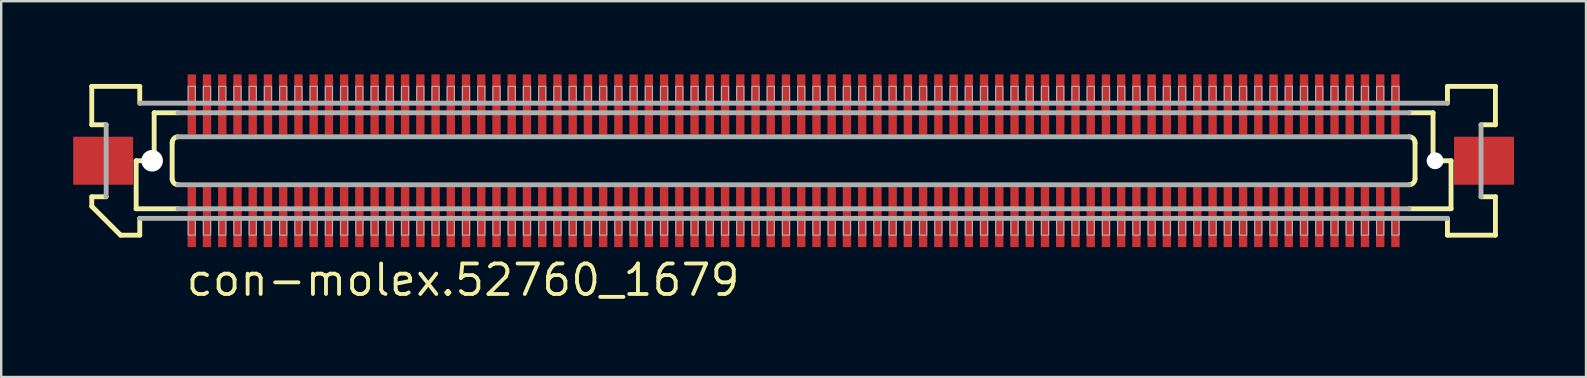
<source format=kicad_pcb>
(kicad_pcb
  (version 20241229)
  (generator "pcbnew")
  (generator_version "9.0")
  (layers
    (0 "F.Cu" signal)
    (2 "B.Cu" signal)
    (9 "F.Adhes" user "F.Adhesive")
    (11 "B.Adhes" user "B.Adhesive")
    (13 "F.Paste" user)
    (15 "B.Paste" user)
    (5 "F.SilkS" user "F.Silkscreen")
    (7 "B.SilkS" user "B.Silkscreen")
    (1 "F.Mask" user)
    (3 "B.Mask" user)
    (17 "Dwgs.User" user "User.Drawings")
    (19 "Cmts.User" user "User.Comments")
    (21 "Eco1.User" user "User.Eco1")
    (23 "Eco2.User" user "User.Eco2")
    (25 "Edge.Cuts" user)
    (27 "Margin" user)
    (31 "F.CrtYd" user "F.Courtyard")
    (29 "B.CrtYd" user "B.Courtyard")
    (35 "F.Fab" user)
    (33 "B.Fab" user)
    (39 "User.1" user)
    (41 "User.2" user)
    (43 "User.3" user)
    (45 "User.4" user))
  (footprint "con-molex.52760_1679"
    (layer "F.Cu")
    (at 30.025 3.65)
    (property "Reference" "con-molex.52760_1679" (at -25.4 5.715 0) (layer "F.SilkS") (effects (font (size 1.27 1.27) (thickness 0.16)) (justify left bottom)))
    (attr smd)
    (fp_rect (start -25.282 -1.075) (end -24.883 -3.625) (stroke (width 0.05) (type default)) (fill yes) (layer "F.Mask"))
    (fp_rect (start -25.282 3.625) (end -24.883 1.075) (stroke (width 0.05) (type default)) (fill yes) (layer "F.Mask"))
    (fp_rect (start -24.648 -1.075) (end -24.247 -3.625) (stroke (width 0.05) (type default)) (fill yes) (layer "F.Mask"))
    (fp_rect (start -24.648 3.625) (end -24.247 1.075) (stroke (width 0.05) (type default)) (fill yes) (layer "F.Mask"))
    (fp_rect (start -24.012 -1.075) (end -23.613 -3.625) (stroke (width 0.05) (type default)) (fill yes) (layer "F.Mask"))
    (fp_rect (start -24.012 3.625) (end -23.613 1.075) (stroke (width 0.05) (type default)) (fill yes) (layer "F.Mask"))
    (fp_rect (start -23.378 -1.075) (end -22.977 -3.625) (stroke (width 0.05) (type default)) (fill yes) (layer "F.Mask"))
    (fp_rect (start -23.378 3.625) (end -22.977 1.075) (stroke (width 0.05) (type default)) (fill yes) (layer "F.Mask"))
    (fp_rect (start -22.742 -1.075) (end -22.343 -3.625) (stroke (width 0.05) (type default)) (fill yes) (layer "F.Mask"))
    (fp_rect (start -22.742 3.625) (end -22.343 1.075) (stroke (width 0.05) (type default)) (fill yes) (layer "F.Mask"))
    (fp_rect (start -22.108 -1.075) (end -21.707 -3.625) (stroke (width 0.05) (type default)) (fill yes) (layer "F.Mask"))
    (fp_rect (start -22.108 3.625) (end -21.707 1.075) (stroke (width 0.05) (type default)) (fill yes) (layer "F.Mask"))
    (fp_rect (start -21.473 -1.075) (end -21.073 -3.625) (stroke (width 0.05) (type default)) (fill yes) (layer "F.Mask"))
    (fp_rect (start -21.473 3.625) (end -21.073 1.075) (stroke (width 0.05) (type default)) (fill yes) (layer "F.Mask"))
    (fp_rect (start -20.837 -1.075) (end -20.438 -3.625) (stroke (width 0.05) (type default)) (fill yes) (layer "F.Mask"))
    (fp_rect (start -20.837 3.625) (end -20.438 1.075) (stroke (width 0.05) (type default)) (fill yes) (layer "F.Mask"))
    (fp_rect (start -20.203 -1.075) (end -19.802 -3.625) (stroke (width 0.05) (type default)) (fill yes) (layer "F.Mask"))
    (fp_rect (start -20.203 3.625) (end -19.802 1.075) (stroke (width 0.05) (type default)) (fill yes) (layer "F.Mask"))
    (fp_rect (start -19.567 -1.075) (end -19.168 -3.625) (stroke (width 0.05) (type default)) (fill yes) (layer "F.Mask"))
    (fp_rect (start -19.567 3.625) (end -19.168 1.075) (stroke (width 0.05) (type default)) (fill yes) (layer "F.Mask"))
    (fp_rect (start -18.933 -1.075) (end -18.532 -3.625) (stroke (width 0.05) (type default)) (fill yes) (layer "F.Mask"))
    (fp_rect (start -18.933 3.625) (end -18.532 1.075) (stroke (width 0.05) (type default)) (fill yes) (layer "F.Mask"))
    (fp_rect (start -18.297 -1.075) (end -17.898 -3.625) (stroke (width 0.05) (type default)) (fill yes) (layer "F.Mask"))
    (fp_rect (start -18.297 3.625) (end -17.898 1.075) (stroke (width 0.05) (type default)) (fill yes) (layer "F.Mask"))
    (fp_rect (start -17.663 -1.075) (end -17.262 -3.625) (stroke (width 0.05) (type default)) (fill yes) (layer "F.Mask"))
    (fp_rect (start -17.663 3.625) (end -17.262 1.075) (stroke (width 0.05) (type default)) (fill yes) (layer "F.Mask"))
    (fp_rect (start -17.027 -1.075) (end -16.628 -3.625) (stroke (width 0.05) (type default)) (fill yes) (layer "F.Mask"))
    (fp_rect (start -17.027 3.625) (end -16.628 1.075) (stroke (width 0.05) (type default)) (fill yes) (layer "F.Mask"))
    (fp_rect (start -16.392 -1.075) (end -15.992 -3.625) (stroke (width 0.05) (type default)) (fill yes) (layer "F.Mask"))
    (fp_rect (start -16.392 3.625) (end -15.992 1.075) (stroke (width 0.05) (type default)) (fill yes) (layer "F.Mask"))
    (fp_rect (start -15.758 -1.075) (end -15.357 -3.625) (stroke (width 0.05) (type default)) (fill yes) (layer "F.Mask"))
    (fp_rect (start -15.758 3.625) (end -15.357 1.075) (stroke (width 0.05) (type default)) (fill yes) (layer "F.Mask"))
    (fp_rect (start -15.123 -1.075) (end -14.723 -3.625) (stroke (width 0.05) (type default)) (fill yes) (layer "F.Mask"))
    (fp_rect (start -15.123 3.625) (end -14.723 1.075) (stroke (width 0.05) (type default)) (fill yes) (layer "F.Mask"))
    (fp_rect (start -14.488 -1.075) (end -14.088 -3.625) (stroke (width 0.05) (type default)) (fill yes) (layer "F.Mask"))
    (fp_rect (start -14.488 3.625) (end -14.088 1.075) (stroke (width 0.05) (type default)) (fill yes) (layer "F.Mask"))
    (fp_rect (start -13.852 -1.075) (end -13.453 -3.625) (stroke (width 0.05) (type default)) (fill yes) (layer "F.Mask"))
    (fp_rect (start -13.852 3.625) (end -13.453 1.075) (stroke (width 0.05) (type default)) (fill yes) (layer "F.Mask"))
    (fp_rect (start -13.217 -1.075) (end -12.818 -3.625) (stroke (width 0.05) (type default)) (fill yes) (layer "F.Mask"))
    (fp_rect (start -13.217 3.625) (end -12.818 1.075) (stroke (width 0.05) (type default)) (fill yes) (layer "F.Mask"))
    (fp_rect (start -12.582 -1.075) (end -12.182 -3.625) (stroke (width 0.05) (type default)) (fill yes) (layer "F.Mask"))
    (fp_rect (start -12.582 3.625) (end -12.182 1.075) (stroke (width 0.05) (type default)) (fill yes) (layer "F.Mask"))
    (fp_rect (start -11.947 -1.075) (end -11.547 -3.625) (stroke (width 0.05) (type default)) (fill yes) (layer "F.Mask"))
    (fp_rect (start -11.947 3.625) (end -11.547 1.075) (stroke (width 0.05) (type default)) (fill yes) (layer "F.Mask"))
    (fp_rect (start -11.312 -1.075) (end -10.912 -3.625) (stroke (width 0.05) (type default)) (fill yes) (layer "F.Mask"))
    (fp_rect (start -11.312 3.625) (end -10.912 1.075) (stroke (width 0.05) (type default)) (fill yes) (layer "F.Mask"))
    (fp_rect (start -10.678 -1.075) (end -10.277 -3.625) (stroke (width 0.05) (type default)) (fill yes) (layer "F.Mask"))
    (fp_rect (start -10.678 3.625) (end -10.277 1.075) (stroke (width 0.05) (type default)) (fill yes) (layer "F.Mask"))
    (fp_rect (start -10.043 -1.075) (end -9.643 -3.625) (stroke (width 0.05) (type default)) (fill yes) (layer "F.Mask"))
    (fp_rect (start -10.043 3.625) (end -9.643 1.075) (stroke (width 0.05) (type default)) (fill yes) (layer "F.Mask"))
    (fp_rect (start -9.408 -1.075) (end -9.008 -3.625) (stroke (width 0.05) (type default)) (fill yes) (layer "F.Mask"))
    (fp_rect (start -9.408 3.625) (end -9.008 1.075) (stroke (width 0.05) (type default)) (fill yes) (layer "F.Mask"))
    (fp_rect (start -8.773 -1.075) (end -8.373 -3.625) (stroke (width 0.05) (type default)) (fill yes) (layer "F.Mask"))
    (fp_rect (start -8.773 3.625) (end -8.373 1.075) (stroke (width 0.05) (type default)) (fill yes) (layer "F.Mask"))
    (fp_rect (start -8.137 -1.075) (end -7.737 -3.625) (stroke (width 0.05) (type default)) (fill yes) (layer "F.Mask"))
    (fp_rect (start -8.137 3.625) (end -7.737 1.075) (stroke (width 0.05) (type default)) (fill yes) (layer "F.Mask"))
    (fp_rect (start -7.503 -1.075) (end -7.103 -3.625) (stroke (width 0.05) (type default)) (fill yes) (layer "F.Mask"))
    (fp_rect (start -7.503 3.625) (end -7.103 1.075) (stroke (width 0.05) (type default)) (fill yes) (layer "F.Mask"))
    (fp_rect (start -6.867 -1.075) (end -6.468 -3.625) (stroke (width 0.05) (type default)) (fill yes) (layer "F.Mask"))
    (fp_rect (start -6.867 3.625) (end -6.468 1.075) (stroke (width 0.05) (type default)) (fill yes) (layer "F.Mask"))
    (fp_rect (start -6.232 -1.075) (end -5.832 -3.625) (stroke (width 0.05) (type default)) (fill yes) (layer "F.Mask"))
    (fp_rect (start -6.232 3.625) (end -5.832 1.075) (stroke (width 0.05) (type default)) (fill yes) (layer "F.Mask"))
    (fp_rect (start -5.598 -1.075) (end -5.197 -3.625) (stroke (width 0.05) (type default)) (fill yes) (layer "F.Mask"))
    (fp_rect (start -5.598 3.625) (end -5.197 1.075) (stroke (width 0.05) (type default)) (fill yes) (layer "F.Mask"))
    (fp_rect (start -4.963 -1.075) (end -4.562 -3.625) (stroke (width 0.05) (type default)) (fill yes) (layer "F.Mask"))
    (fp_rect (start -4.963 3.625) (end -4.562 1.075) (stroke (width 0.05) (type default)) (fill yes) (layer "F.Mask"))
    (fp_rect (start -4.327 -1.075) (end -3.928 -3.625) (stroke (width 0.05) (type default)) (fill yes) (layer "F.Mask"))
    (fp_rect (start -4.327 3.625) (end -3.928 1.075) (stroke (width 0.05) (type default)) (fill yes) (layer "F.Mask"))
    (fp_rect (start -3.692 -1.075) (end -3.292 -3.625) (stroke (width 0.05) (type default)) (fill yes) (layer "F.Mask"))
    (fp_rect (start -3.692 3.625) (end -3.292 1.075) (stroke (width 0.05) (type default)) (fill yes) (layer "F.Mask"))
    (fp_rect (start -3.058 -1.075) (end -2.658 -3.625) (stroke (width 0.05) (type default)) (fill yes) (layer "F.Mask"))
    (fp_rect (start -3.058 3.625) (end -2.658 1.075) (stroke (width 0.05) (type default)) (fill yes) (layer "F.Mask"))
    (fp_rect (start -2.422 -1.075) (end -2.022 -3.625) (stroke (width 0.05) (type default)) (fill yes) (layer "F.Mask"))
    (fp_rect (start -2.422 3.625) (end -2.022 1.075) (stroke (width 0.05) (type default)) (fill yes) (layer "F.Mask"))
    (fp_rect (start -1.788 -1.075) (end -1.387 -3.625) (stroke (width 0.05) (type default)) (fill yes) (layer "F.Mask"))
    (fp_rect (start -1.788 3.625) (end -1.387 1.075) (stroke (width 0.05) (type default)) (fill yes) (layer "F.Mask"))
    (fp_rect (start -1.153 -1.075) (end -0.752 -3.625) (stroke (width 0.05) (type default)) (fill yes) (layer "F.Mask"))
    (fp_rect (start -1.153 3.625) (end -0.752 1.075) (stroke (width 0.05) (type default)) (fill yes) (layer "F.Mask"))
    (fp_rect (start -0.517 -1.075) (end -0.117 -3.625) (stroke (width 0.05) (type default)) (fill yes) (layer "F.Mask"))
    (fp_rect (start -0.517 3.625) (end -0.117 1.075) (stroke (width 0.05) (type default)) (fill yes) (layer "F.Mask"))
    (fp_rect (start 0.117 -1.075) (end 0.517 -3.625) (stroke (width 0.05) (type default)) (fill yes) (layer "F.Mask"))
    (fp_rect (start 0.117 3.625) (end 0.517 1.075) (stroke (width 0.05) (type default)) (fill yes) (layer "F.Mask"))
    (fp_rect (start 0.752 -1.075) (end 1.153 -3.625) (stroke (width 0.05) (type default)) (fill yes) (layer "F.Mask"))
    (fp_rect (start 0.752 3.625) (end 1.153 1.075) (stroke (width 0.05) (type default)) (fill yes) (layer "F.Mask"))
    (fp_rect (start 1.387 -1.075) (end 1.788 -3.625) (stroke (width 0.05) (type default)) (fill yes) (layer "F.Mask"))
    (fp_rect (start 1.387 3.625) (end 1.788 1.075) (stroke (width 0.05) (type default)) (fill yes) (layer "F.Mask"))
    (fp_rect (start 2.022 -1.075) (end 2.422 -3.625) (stroke (width 0.05) (type default)) (fill yes) (layer "F.Mask"))
    (fp_rect (start 2.022 3.625) (end 2.422 1.075) (stroke (width 0.05) (type default)) (fill yes) (layer "F.Mask"))
    (fp_rect (start 2.658 -1.075) (end 3.058 -3.625) (stroke (width 0.05) (type default)) (fill yes) (layer "F.Mask"))
    (fp_rect (start 2.658 3.625) (end 3.058 1.075) (stroke (width 0.05) (type default)) (fill yes) (layer "F.Mask"))
    (fp_rect (start 3.292 -1.075) (end 3.692 -3.625) (stroke (width 0.05) (type default)) (fill yes) (layer "F.Mask"))
    (fp_rect (start 3.292 3.625) (end 3.692 1.075) (stroke (width 0.05) (type default)) (fill yes) (layer "F.Mask"))
    (fp_rect (start 3.928 -1.075) (end 4.327 -3.625) (stroke (width 0.05) (type default)) (fill yes) (layer "F.Mask"))
    (fp_rect (start 3.928 3.625) (end 4.327 1.075) (stroke (width 0.05) (type default)) (fill yes) (layer "F.Mask"))
    (fp_rect (start 4.562 -1.075) (end 4.963 -3.625) (stroke (width 0.05) (type default)) (fill yes) (layer "F.Mask"))
    (fp_rect (start 4.562 3.625) (end 4.963 1.075) (stroke (width 0.05) (type default)) (fill yes) (layer "F.Mask"))
    (fp_rect (start 5.197 -1.075) (end 5.598 -3.625) (stroke (width 0.05) (type default)) (fill yes) (layer "F.Mask"))
    (fp_rect (start 5.197 3.625) (end 5.598 1.075) (stroke (width 0.05) (type default)) (fill yes) (layer "F.Mask"))
    (fp_rect (start 5.832 -1.075) (end 6.232 -3.625) (stroke (width 0.05) (type default)) (fill yes) (layer "F.Mask"))
    (fp_rect (start 5.832 3.625) (end 6.232 1.075) (stroke (width 0.05) (type default)) (fill yes) (layer "F.Mask"))
    (fp_rect (start 6.468 -1.075) (end 6.867 -3.625) (stroke (width 0.05) (type default)) (fill yes) (layer "F.Mask"))
    (fp_rect (start 6.468 3.625) (end 6.867 1.075) (stroke (width 0.05) (type default)) (fill yes) (layer "F.Mask"))
    (fp_rect (start 7.103 -1.075) (end 7.503 -3.625) (stroke (width 0.05) (type default)) (fill yes) (layer "F.Mask"))
    (fp_rect (start 7.103 3.625) (end 7.503 1.075) (stroke (width 0.05) (type default)) (fill yes) (layer "F.Mask"))
    (fp_rect (start 7.737 -1.075) (end 8.137 -3.625) (stroke (width 0.05) (type default)) (fill yes) (layer "F.Mask"))
    (fp_rect (start 7.737 3.625) (end 8.137 1.075) (stroke (width 0.05) (type default)) (fill yes) (layer "F.Mask"))
    (fp_rect (start 8.373 -1.075) (end 8.773 -3.625) (stroke (width 0.05) (type default)) (fill yes) (layer "F.Mask"))
    (fp_rect (start 8.373 3.625) (end 8.773 1.075) (stroke (width 0.05) (type default)) (fill yes) (layer "F.Mask"))
    (fp_rect (start 9.008 -1.075) (end 9.408 -3.625) (stroke (width 0.05) (type default)) (fill yes) (layer "F.Mask"))
    (fp_rect (start 9.008 3.625) (end 9.408 1.075) (stroke (width 0.05) (type default)) (fill yes) (layer "F.Mask"))
    (fp_rect (start 9.643 -1.075) (end 10.043 -3.625) (stroke (width 0.05) (type default)) (fill yes) (layer "F.Mask"))
    (fp_rect (start 9.643 3.625) (end 10.043 1.075) (stroke (width 0.05) (type default)) (fill yes) (layer "F.Mask"))
    (fp_rect (start 10.277 -1.075) (end 10.678 -3.625) (stroke (width 0.05) (type default)) (fill yes) (layer "F.Mask"))
    (fp_rect (start 10.277 3.625) (end 10.678 1.075) (stroke (width 0.05) (type default)) (fill yes) (layer "F.Mask"))
    (fp_rect (start 10.912 -1.075) (end 11.312 -3.625) (stroke (width 0.05) (type default)) (fill yes) (layer "F.Mask"))
    (fp_rect (start 10.912 3.625) (end 11.312 1.075) (stroke (width 0.05) (type default)) (fill yes) (layer "F.Mask"))
    (fp_rect (start 11.547 -1.075) (end 11.947 -3.625) (stroke (width 0.05) (type default)) (fill yes) (layer "F.Mask"))
    (fp_rect (start 11.547 3.625) (end 11.947 1.075) (stroke (width 0.05) (type default)) (fill yes) (layer "F.Mask"))
    (fp_rect (start 12.182 -1.075) (end 12.582 -3.625) (stroke (width 0.05) (type default)) (fill yes) (layer "F.Mask"))
    (fp_rect (start 12.182 3.625) (end 12.582 1.075) (stroke (width 0.05) (type default)) (fill yes) (layer "F.Mask"))
    (fp_rect (start 12.818 -1.075) (end 13.217 -3.625) (stroke (width 0.05) (type default)) (fill yes) (layer "F.Mask"))
    (fp_rect (start 12.818 3.625) (end 13.217 1.075) (stroke (width 0.05) (type default)) (fill yes) (layer "F.Mask"))
    (fp_rect (start 13.453 -1.075) (end 13.852 -3.625) (stroke (width 0.05) (type default)) (fill yes) (layer "F.Mask"))
    (fp_rect (start 13.453 3.625) (end 13.852 1.075) (stroke (width 0.05) (type default)) (fill yes) (layer "F.Mask"))
    (fp_rect (start 14.088 -1.075) (end 14.488 -3.625) (stroke (width 0.05) (type default)) (fill yes) (layer "F.Mask"))
    (fp_rect (start 14.088 3.625) (end 14.488 1.075) (stroke (width 0.05) (type default)) (fill yes) (layer "F.Mask"))
    (fp_rect (start 14.723 -1.075) (end 15.123 -3.625) (stroke (width 0.05) (type default)) (fill yes) (layer "F.Mask"))
    (fp_rect (start 14.723 3.625) (end 15.123 1.075) (stroke (width 0.05) (type default)) (fill yes) (layer "F.Mask"))
    (fp_rect (start 15.357 -1.075) (end 15.758 -3.625) (stroke (width 0.05) (type default)) (fill yes) (layer "F.Mask"))
    (fp_rect (start 15.357 3.625) (end 15.758 1.075) (stroke (width 0.05) (type default)) (fill yes) (layer "F.Mask"))
    (fp_rect (start 15.992 -1.075) (end 16.392 -3.625) (stroke (width 0.05) (type default)) (fill yes) (layer "F.Mask"))
    (fp_rect (start 15.992 3.625) (end 16.392 1.075) (stroke (width 0.05) (type default)) (fill yes) (layer "F.Mask"))
    (fp_rect (start 16.628 -1.075) (end 17.027 -3.625) (stroke (width 0.05) (type default)) (fill yes) (layer "F.Mask"))
    (fp_rect (start 16.628 3.625) (end 17.027 1.075) (stroke (width 0.05) (type default)) (fill yes) (layer "F.Mask"))
    (fp_rect (start 17.262 -1.075) (end 17.663 -3.625) (stroke (width 0.05) (type default)) (fill yes) (layer "F.Mask"))
    (fp_rect (start 17.262 3.625) (end 17.663 1.075) (stroke (width 0.05) (type default)) (fill yes) (layer "F.Mask"))
    (fp_rect (start 17.898 -1.075) (end 18.297 -3.625) (stroke (width 0.05) (type default)) (fill yes) (layer "F.Mask"))
    (fp_rect (start 17.898 3.625) (end 18.297 1.075) (stroke (width 0.05) (type default)) (fill yes) (layer "F.Mask"))
    (fp_rect (start 18.532 -1.075) (end 18.933 -3.625) (stroke (width 0.05) (type default)) (fill yes) (layer "F.Mask"))
    (fp_rect (start 18.532 3.625) (end 18.933 1.075) (stroke (width 0.05) (type default)) (fill yes) (layer "F.Mask"))
    (fp_rect (start 19.168 -1.075) (end 19.567 -3.625) (stroke (width 0.05) (type default)) (fill yes) (layer "F.Mask"))
    (fp_rect (start 19.168 3.625) (end 19.567 1.075) (stroke (width 0.05) (type default)) (fill yes) (layer "F.Mask"))
    (fp_rect (start 19.802 -1.075) (end 20.203 -3.625) (stroke (width 0.05) (type default)) (fill yes) (layer "F.Mask"))
    (fp_rect (start 19.802 3.625) (end 20.203 1.075) (stroke (width 0.05) (type default)) (fill yes) (layer "F.Mask"))
    (fp_rect (start 20.438 -1.075) (end 20.837 -3.625) (stroke (width 0.05) (type default)) (fill yes) (layer "F.Mask"))
    (fp_rect (start 20.438 3.625) (end 20.837 1.075) (stroke (width 0.05) (type default)) (fill yes) (layer "F.Mask"))
    (fp_rect (start 21.073 -1.075) (end 21.473 -3.625) (stroke (width 0.05) (type default)) (fill yes) (layer "F.Mask"))
    (fp_rect (start 21.073 3.625) (end 21.473 1.075) (stroke (width 0.05) (type default)) (fill yes) (layer "F.Mask"))
    (fp_rect (start 21.707 -1.075) (end 22.108 -3.625) (stroke (width 0.05) (type default)) (fill yes) (layer "F.Mask"))
    (fp_rect (start 21.707 3.625) (end 22.108 1.075) (stroke (width 0.05) (type default)) (fill yes) (layer "F.Mask"))
    (fp_rect (start 22.343 -1.075) (end 22.742 -3.625) (stroke (width 0.05) (type default)) (fill yes) (layer "F.Mask"))
    (fp_rect (start 22.343 3.625) (end 22.742 1.075) (stroke (width 0.05) (type default)) (fill yes) (layer "F.Mask"))
    (fp_rect (start 22.977 -1.075) (end 23.378 -3.625) (stroke (width 0.05) (type default)) (fill yes) (layer "F.Mask"))
    (fp_rect (start 22.977 3.625) (end 23.378 1.075) (stroke (width 0.05) (type default)) (fill yes) (layer "F.Mask"))
    (fp_rect (start 23.613 -1.075) (end 24.012 -3.625) (stroke (width 0.05) (type default)) (fill yes) (layer "F.Mask"))
    (fp_rect (start 23.613 3.625) (end 24.012 1.075) (stroke (width 0.05) (type default)) (fill yes) (layer "F.Mask"))
    (fp_rect (start 24.247 -1.075) (end 24.648 -3.625) (stroke (width 0.05) (type default)) (fill yes) (layer "F.Mask"))
    (fp_rect (start 24.247 3.625) (end 24.648 1.075) (stroke (width 0.05) (type default)) (fill yes) (layer "F.Mask"))
    (fp_rect (start 24.883 -1.075) (end 25.282 -3.625) (stroke (width 0.05) (type default)) (fill yes) (layer "F.Mask"))
    (fp_rect (start 24.883 3.625) (end 25.282 1.075) (stroke (width 0.05) (type default)) (fill yes) (layer "F.Mask"))
    (fp_line (start -29.25 -3.1) (end -27.25 -3.1) (stroke (width 0.203) (type default)) (layer "F.SilkS"))
    (fp_line (start -29.25 -1.5) (end -29.25 -3.1) (stroke (width 0.203) (type default)) (layer "F.SilkS"))
    (fp_line (start -29.25 1.5) (end -28.65 1.5) (stroke (width 0.203) (type default)) (layer "F.SilkS"))
    (fp_line (start -29.25 1.9) (end -29.25 1.5) (stroke (width 0.203) (type default)) (layer "F.SilkS"))
    (fp_line (start -28.65 -1.5) (end -29.25 -1.5) (stroke (width 0.203) (type default)) (layer "F.SilkS"))
    (fp_line (start -28.05 3.1) (end -29.25 1.9) (stroke (width 0.203) (type default)) (layer "F.SilkS"))
    (fp_line (start -27.4 0) (end -27.4 2) (stroke (width 0.203) (type default)) (layer "F.SilkS"))
    (fp_line (start -27.4 2) (end -25.65 2) (stroke (width 0.203) (type default)) (layer "F.SilkS"))
    (fp_line (start -27.25 -3.1) (end -27.25 -2.4) (stroke (width 0.203) (type default)) (layer "F.SilkS"))
    (fp_line (start -27.25 2.4) (end -27.25 3.1) (stroke (width 0.203) (type default)) (layer "F.SilkS"))
    (fp_line (start -27.25 3.1) (end -28.05 3.1) (stroke (width 0.203) (type default)) (layer "F.SilkS"))
    (fp_line (start -26.65 -2) (end -26.65 0) (stroke (width 0.203) (type default)) (layer "F.SilkS"))
    (fp_line (start -26.65 0) (end -27.4 0) (stroke (width 0.203) (type default)) (layer "F.SilkS"))
    (fp_line (start -25.9 0.75) (end -25.9 -0.75) (stroke (width 0.203) (type default)) (layer "F.SilkS"))
    (fp_line (start -25.65 -2) (end -26.65 -2) (stroke (width 0.203) (type default)) (layer "F.SilkS"))
    (fp_line (start 25.65 2) (end 27.4 2) (stroke (width 0.203) (type default)) (layer "F.SilkS"))
    (fp_line (start 25.9 -0.75) (end 25.9 0.75) (stroke (width 0.203) (type default)) (layer "F.SilkS"))
    (fp_line (start 26.65 -2) (end 25.65 -2) (stroke (width 0.203) (type default)) (layer "F.SilkS"))
    (fp_line (start 26.65 -2) (end 26.65 0) (stroke (width 0.203) (type default)) (layer "F.SilkS"))
    (fp_line (start 27.25 -3.1) (end 29.25 -3.1) (stroke (width 0.203) (type default)) (layer "F.SilkS"))
    (fp_line (start 27.25 -2.4) (end 27.25 -3.1) (stroke (width 0.203) (type default)) (layer "F.SilkS"))
    (fp_line (start 27.25 3.1) (end 27.25 2.4) (stroke (width 0.203) (type default)) (layer "F.SilkS"))
    (fp_line (start 27.4 0) (end 26.65 0) (stroke (width 0.203) (type default)) (layer "F.SilkS"))
    (fp_line (start 27.4 0) (end 27.4 2) (stroke (width 0.203) (type default)) (layer "F.SilkS"))
    (fp_line (start 28.65 1.5) (end 29.25 1.5) (stroke (width 0.203) (type default)) (layer "F.SilkS"))
    (fp_line (start 29.25 -3.1) (end 29.25 -1.5) (stroke (width 0.203) (type default)) (layer "F.SilkS"))
    (fp_line (start 29.25 -1.5) (end 28.65 -1.5) (stroke (width 0.203) (type default)) (layer "F.SilkS"))
    (fp_line (start 29.25 1.5) (end 29.25 3.1) (stroke (width 0.203) (type default)) (layer "F.SilkS"))
    (fp_line (start 29.25 3.1) (end 27.25 3.1) (stroke (width 0.203) (type default)) (layer "F.SilkS"))
    (fp_arc (start -25.9 -0.75) (mid -25.826777 -0.926777) (end -25.65 -1) (stroke (width 0.2032) (type default)) (layer "F.SilkS"))
    (fp_arc (start -25.65 1) (mid -25.826777 0.926777) (end -25.9 0.75) (stroke (width 0.2032) (type default)) (layer "F.SilkS"))
    (fp_arc (start 25.65 -1) (mid 25.826777 -0.926777) (end 25.9 -0.75) (stroke (width 0.2032) (type default)) (layer "F.SilkS"))
    (fp_arc (start 25.9 0.75) (mid 25.826777 0.926777) (end 25.65 1) (stroke (width 0.2032) (type default)) (layer "F.SilkS"))
    (fp_line (start -28.65 1.5) (end -28.65 -1.5) (stroke (width 0.203) (type default)) (layer "F.Fab"))
    (fp_line (start -27.25 -2.4) (end 27.25 -2.4) (stroke (width 0.203) (type default)) (layer "F.Fab"))
    (fp_line (start -25.65 -1) (end 25.65 -1) (stroke (width 0.203) (type default)) (layer "F.Fab"))
    (fp_line (start -25.65 2) (end 25.65 2) (stroke (width 0.203) (type default)) (layer "F.Fab"))
    (fp_line (start 25.65 -2) (end -25.65 -2) (stroke (width 0.203) (type default)) (layer "F.Fab"))
    (fp_line (start 25.65 1) (end -25.65 1) (stroke (width 0.203) (type default)) (layer "F.Fab"))
    (fp_line (start 27.25 2.4) (end -27.25 2.4) (stroke (width 0.203) (type default)) (layer "F.Fab"))
    (fp_line (start 28.65 -1.5) (end 28.65 1.5) (stroke (width 0.203) (type default)) (layer "F.Fab"))
    (fp_rect (start -25.233 -2.375) (end -24.933 -3.1) (stroke (width 0.05) (type default)) (fill no) (layer "F.Fab"))
    (fp_rect (start -25.233 3.1) (end -24.933 2.375) (stroke (width 0.05) (type default)) (fill no) (layer "F.Fab"))
    (fp_rect (start -24.598 -2.375) (end -24.297 -3.1) (stroke (width 0.05) (type default)) (fill no) (layer "F.Fab"))
    (fp_rect (start -24.598 3.1) (end -24.297 2.375) (stroke (width 0.05) (type default)) (fill no) (layer "F.Fab"))
    (fp_rect (start -23.962 -2.375) (end -23.663 -3.1) (stroke (width 0.05) (type default)) (fill no) (layer "F.Fab"))
    (fp_rect (start -23.962 3.1) (end -23.663 2.375) (stroke (width 0.05) (type default)) (fill no) (layer "F.Fab"))
    (fp_rect (start -23.328 -2.375) (end -23.027 -3.1) (stroke (width 0.05) (type default)) (fill no) (layer "F.Fab"))
    (fp_rect (start -23.328 3.1) (end -23.027 2.375) (stroke (width 0.05) (type default)) (fill no) (layer "F.Fab"))
    (fp_rect (start -22.692 -2.375) (end -22.392 -3.1) (stroke (width 0.05) (type default)) (fill no) (layer "F.Fab"))
    (fp_rect (start -22.692 3.1) (end -22.392 2.375) (stroke (width 0.05) (type default)) (fill no) (layer "F.Fab"))
    (fp_rect (start -22.058 -2.375) (end -21.758 -3.1) (stroke (width 0.05) (type default)) (fill no) (layer "F.Fab"))
    (fp_rect (start -22.058 3.1) (end -21.758 2.375) (stroke (width 0.05) (type default)) (fill no) (layer "F.Fab"))
    (fp_rect (start -21.422 -2.375) (end -21.122 -3.1) (stroke (width 0.05) (type default)) (fill no) (layer "F.Fab"))
    (fp_rect (start -21.422 3.1) (end -21.122 2.375) (stroke (width 0.05) (type default)) (fill no) (layer "F.Fab"))
    (fp_rect (start -20.788 -2.375) (end -20.488 -3.1) (stroke (width 0.05) (type default)) (fill no) (layer "F.Fab"))
    (fp_rect (start -20.788 3.1) (end -20.488 2.375) (stroke (width 0.05) (type default)) (fill no) (layer "F.Fab"))
    (fp_rect (start -20.152 -2.375) (end -19.852 -3.1) (stroke (width 0.05) (type default)) (fill no) (layer "F.Fab"))
    (fp_rect (start -20.152 3.1) (end -19.852 2.375) (stroke (width 0.05) (type default)) (fill no) (layer "F.Fab"))
    (fp_rect (start -19.517 -2.375) (end -19.218 -3.1) (stroke (width 0.05) (type default)) (fill no) (layer "F.Fab"))
    (fp_rect (start -19.517 3.1) (end -19.218 2.375) (stroke (width 0.05) (type default)) (fill no) (layer "F.Fab"))
    (fp_rect (start -18.883 -2.375) (end -18.582 -3.1) (stroke (width 0.05) (type default)) (fill no) (layer "F.Fab"))
    (fp_rect (start -18.883 3.1) (end -18.582 2.375) (stroke (width 0.05) (type default)) (fill no) (layer "F.Fab"))
    (fp_rect (start -18.247 -2.375) (end -17.948 -3.1) (stroke (width 0.05) (type default)) (fill no) (layer "F.Fab"))
    (fp_rect (start -18.247 3.1) (end -17.948 2.375) (stroke (width 0.05) (type default)) (fill no) (layer "F.Fab"))
    (fp_rect (start -17.613 -2.375) (end -17.312 -3.1) (stroke (width 0.05) (type default)) (fill no) (layer "F.Fab"))
    (fp_rect (start -17.613 3.1) (end -17.312 2.375) (stroke (width 0.05) (type default)) (fill no) (layer "F.Fab"))
    (fp_rect (start -16.977 -2.375) (end -16.677 -3.1) (stroke (width 0.05) (type default)) (fill no) (layer "F.Fab"))
    (fp_rect (start -16.977 3.1) (end -16.677 2.375) (stroke (width 0.05) (type default)) (fill no) (layer "F.Fab"))
    (fp_rect (start -16.343 -2.375) (end -16.043 -3.1) (stroke (width 0.05) (type default)) (fill no) (layer "F.Fab"))
    (fp_rect (start -16.343 3.1) (end -16.043 2.375) (stroke (width 0.05) (type default)) (fill no) (layer "F.Fab"))
    (fp_rect (start -15.707 -2.375) (end -15.408 -3.1) (stroke (width 0.05) (type default)) (fill no) (layer "F.Fab"))
    (fp_rect (start -15.707 3.1) (end -15.408 2.375) (stroke (width 0.05) (type default)) (fill no) (layer "F.Fab"))
    (fp_rect (start -15.072 -2.375) (end -14.773 -3.1) (stroke (width 0.05) (type default)) (fill no) (layer "F.Fab"))
    (fp_rect (start -15.072 3.1) (end -14.773 2.375) (stroke (width 0.05) (type default)) (fill no) (layer "F.Fab"))
    (fp_rect (start -14.438 -2.375) (end -14.137 -3.1) (stroke (width 0.05) (type default)) (fill no) (layer "F.Fab"))
    (fp_rect (start -14.438 3.1) (end -14.137 2.375) (stroke (width 0.05) (type default)) (fill no) (layer "F.Fab"))
    (fp_rect (start -13.803 -2.375) (end -13.502 -3.1) (stroke (width 0.05) (type default)) (fill no) (layer "F.Fab"))
    (fp_rect (start -13.803 3.1) (end -13.502 2.375) (stroke (width 0.05) (type default)) (fill no) (layer "F.Fab"))
    (fp_rect (start -13.168 -2.375) (end -12.867 -3.1) (stroke (width 0.05) (type default)) (fill no) (layer "F.Fab"))
    (fp_rect (start -13.168 3.1) (end -12.867 2.375) (stroke (width 0.05) (type default)) (fill no) (layer "F.Fab"))
    (fp_rect (start -12.533 -2.375) (end -12.232 -3.1) (stroke (width 0.05) (type default)) (fill no) (layer "F.Fab"))
    (fp_rect (start -12.533 3.1) (end -12.232 2.375) (stroke (width 0.05) (type default)) (fill no) (layer "F.Fab"))
    (fp_rect (start -11.898 -2.375) (end -11.598 -3.1) (stroke (width 0.05) (type default)) (fill no) (layer "F.Fab"))
    (fp_rect (start -11.898 3.1) (end -11.598 2.375) (stroke (width 0.05) (type default)) (fill no) (layer "F.Fab"))
    (fp_rect (start -11.262 -2.375) (end -10.963 -3.1) (stroke (width 0.05) (type default)) (fill no) (layer "F.Fab"))
    (fp_rect (start -11.262 3.1) (end -10.963 2.375) (stroke (width 0.05) (type default)) (fill no) (layer "F.Fab"))
    (fp_rect (start -10.627 -2.375) (end -10.328 -3.1) (stroke (width 0.05) (type default)) (fill no) (layer "F.Fab"))
    (fp_rect (start -10.627 3.1) (end -10.328 2.375) (stroke (width 0.05) (type default)) (fill no) (layer "F.Fab"))
    (fp_rect (start -9.992 -2.375) (end -9.693 -3.1) (stroke (width 0.05) (type default)) (fill no) (layer "F.Fab"))
    (fp_rect (start -9.992 3.1) (end -9.693 2.375) (stroke (width 0.05) (type default)) (fill no) (layer "F.Fab"))
    (fp_rect (start -9.357 -2.375) (end -9.057 -3.1) (stroke (width 0.05) (type default)) (fill no) (layer "F.Fab"))
    (fp_rect (start -9.357 3.1) (end -9.057 2.375) (stroke (width 0.05) (type default)) (fill no) (layer "F.Fab"))
    (fp_rect (start -8.723 -2.375) (end -8.422 -3.1) (stroke (width 0.05) (type default)) (fill no) (layer "F.Fab"))
    (fp_rect (start -8.723 3.1) (end -8.422 2.375) (stroke (width 0.05) (type default)) (fill no) (layer "F.Fab"))
    (fp_rect (start -8.088 -2.375) (end -7.787 -3.1) (stroke (width 0.05) (type default)) (fill no) (layer "F.Fab"))
    (fp_rect (start -8.088 3.1) (end -7.787 2.375) (stroke (width 0.05) (type default)) (fill no) (layer "F.Fab"))
    (fp_rect (start -7.452 -2.375) (end -7.152 -3.1) (stroke (width 0.05) (type default)) (fill no) (layer "F.Fab"))
    (fp_rect (start -7.452 3.1) (end -7.152 2.375) (stroke (width 0.05) (type default)) (fill no) (layer "F.Fab"))
    (fp_rect (start -6.817 -2.375) (end -6.518 -3.1) (stroke (width 0.05) (type default)) (fill no) (layer "F.Fab"))
    (fp_rect (start -6.817 3.1) (end -6.518 2.375) (stroke (width 0.05) (type default)) (fill no) (layer "F.Fab"))
    (fp_rect (start -6.183 -2.375) (end -5.883 -3.1) (stroke (width 0.05) (type default)) (fill no) (layer "F.Fab"))
    (fp_rect (start -6.183 3.1) (end -5.883 2.375) (stroke (width 0.05) (type default)) (fill no) (layer "F.Fab"))
    (fp_rect (start -5.548 -2.375) (end -5.247 -3.1) (stroke (width 0.05) (type default)) (fill no) (layer "F.Fab"))
    (fp_rect (start -5.548 3.1) (end -5.247 2.375) (stroke (width 0.05) (type default)) (fill no) (layer "F.Fab"))
    (fp_rect (start -4.912 -2.375) (end -4.612 -3.1) (stroke (width 0.05) (type default)) (fill no) (layer "F.Fab"))
    (fp_rect (start -4.912 3.1) (end -4.612 2.375) (stroke (width 0.05) (type default)) (fill no) (layer "F.Fab"))
    (fp_rect (start -4.277 -2.375) (end -3.978 -3.1) (stroke (width 0.05) (type default)) (fill no) (layer "F.Fab"))
    (fp_rect (start -4.277 3.1) (end -3.978 2.375) (stroke (width 0.05) (type default)) (fill no) (layer "F.Fab"))
    (fp_rect (start -3.643 -2.375) (end -3.342 -3.1) (stroke (width 0.05) (type default)) (fill no) (layer "F.Fab"))
    (fp_rect (start -3.643 3.1) (end -3.342 2.375) (stroke (width 0.05) (type default)) (fill no) (layer "F.Fab"))
    (fp_rect (start -3.007 -2.375) (end -2.708 -3.1) (stroke (width 0.05) (type default)) (fill no) (layer "F.Fab"))
    (fp_rect (start -3.007 3.1) (end -2.708 2.375) (stroke (width 0.05) (type default)) (fill no) (layer "F.Fab"))
    (fp_rect (start -2.373 -2.375) (end -2.072 -3.1) (stroke (width 0.05) (type default)) (fill no) (layer "F.Fab"))
    (fp_rect (start -2.373 3.1) (end -2.072 2.375) (stroke (width 0.05) (type default)) (fill no) (layer "F.Fab"))
    (fp_rect (start -1.738 -2.375) (end -1.438 -3.1) (stroke (width 0.05) (type default)) (fill no) (layer "F.Fab"))
    (fp_rect (start -1.738 3.1) (end -1.438 2.375) (stroke (width 0.05) (type default)) (fill no) (layer "F.Fab"))
    (fp_rect (start -1.103 -2.375) (end -0.802 -3.1) (stroke (width 0.05) (type default)) (fill no) (layer "F.Fab"))
    (fp_rect (start -1.103 3.1) (end -0.802 2.375) (stroke (width 0.05) (type default)) (fill no) (layer "F.Fab"))
    (fp_rect (start -0.468 -2.375) (end -0.168 -3.1) (stroke (width 0.05) (type default)) (fill no) (layer "F.Fab"))
    (fp_rect (start -0.468 3.1) (end -0.168 2.375) (stroke (width 0.05) (type default)) (fill no) (layer "F.Fab"))
    (fp_rect (start 0.168 -2.375) (end 0.468 -3.1) (stroke (width 0.05) (type default)) (fill no) (layer "F.Fab"))
    (fp_rect (start 0.168 3.1) (end 0.468 2.375) (stroke (width 0.05) (type default)) (fill no) (layer "F.Fab"))
    (fp_rect (start 0.802 -2.375) (end 1.103 -3.1) (stroke (width 0.05) (type default)) (fill no) (layer "F.Fab"))
    (fp_rect (start 0.802 3.1) (end 1.103 2.375) (stroke (width 0.05) (type default)) (fill no) (layer "F.Fab"))
    (fp_rect (start 1.438 -2.375) (end 1.738 -3.1) (stroke (width 0.05) (type default)) (fill no) (layer "F.Fab"))
    (fp_rect (start 1.438 3.1) (end 1.738 2.375) (stroke (width 0.05) (type default)) (fill no) (layer "F.Fab"))
    (fp_rect (start 2.072 -2.375) (end 2.373 -3.1) (stroke (width 0.05) (type default)) (fill no) (layer "F.Fab"))
    (fp_rect (start 2.072 3.1) (end 2.373 2.375) (stroke (width 0.05) (type default)) (fill no) (layer "F.Fab"))
    (fp_rect (start 2.708 -2.375) (end 3.007 -3.1) (stroke (width 0.05) (type default)) (fill no) (layer "F.Fab"))
    (fp_rect (start 2.708 3.1) (end 3.007 2.375) (stroke (width 0.05) (type default)) (fill no) (layer "F.Fab"))
    (fp_rect (start 3.342 -2.375) (end 3.643 -3.1) (stroke (width 0.05) (type default)) (fill no) (layer "F.Fab"))
    (fp_rect (start 3.342 3.1) (end 3.643 2.375) (stroke (width 0.05) (type default)) (fill no) (layer "F.Fab"))
    (fp_rect (start 3.978 -2.375) (end 4.277 -3.1) (stroke (width 0.05) (type default)) (fill no) (layer "F.Fab"))
    (fp_rect (start 3.978 3.1) (end 4.277 2.375) (stroke (width 0.05) (type default)) (fill no) (layer "F.Fab"))
    (fp_rect (start 4.612 -2.375) (end 4.912 -3.1) (stroke (width 0.05) (type default)) (fill no) (layer "F.Fab"))
    (fp_rect (start 4.612 3.1) (end 4.912 2.375) (stroke (width 0.05) (type default)) (fill no) (layer "F.Fab"))
    (fp_rect (start 5.247 -2.375) (end 5.548 -3.1) (stroke (width 0.05) (type default)) (fill no) (layer "F.Fab"))
    (fp_rect (start 5.247 3.1) (end 5.548 2.375) (stroke (width 0.05) (type default)) (fill no) (layer "F.Fab"))
    (fp_rect (start 5.883 -2.375) (end 6.183 -3.1) (stroke (width 0.05) (type default)) (fill no) (layer "F.Fab"))
    (fp_rect (start 5.883 3.1) (end 6.183 2.375) (stroke (width 0.05) (type default)) (fill no) (layer "F.Fab"))
    (fp_rect (start 6.518 -2.375) (end 6.817 -3.1) (stroke (width 0.05) (type default)) (fill no) (layer "F.Fab"))
    (fp_rect (start 6.518 3.1) (end 6.817 2.375) (stroke (width 0.05) (type default)) (fill no) (layer "F.Fab"))
    (fp_rect (start 7.152 -2.375) (end 7.452 -3.1) (stroke (width 0.05) (type default)) (fill no) (layer "F.Fab"))
    (fp_rect (start 7.152 3.1) (end 7.452 2.375) (stroke (width 0.05) (type default)) (fill no) (layer "F.Fab"))
    (fp_rect (start 7.787 -2.375) (end 8.088 -3.1) (stroke (width 0.05) (type default)) (fill no) (layer "F.Fab"))
    (fp_rect (start 7.787 3.1) (end 8.088 2.375) (stroke (width 0.05) (type default)) (fill no) (layer "F.Fab"))
    (fp_rect (start 8.422 -2.375) (end 8.723 -3.1) (stroke (width 0.05) (type default)) (fill no) (layer "F.Fab"))
    (fp_rect (start 8.422 3.1) (end 8.723 2.375) (stroke (width 0.05) (type default)) (fill no) (layer "F.Fab"))
    (fp_rect (start 9.057 -2.375) (end 9.357 -3.1) (stroke (width 0.05) (type default)) (fill no) (layer "F.Fab"))
    (fp_rect (start 9.057 3.1) (end 9.357 2.375) (stroke (width 0.05) (type default)) (fill no) (layer "F.Fab"))
    (fp_rect (start 9.693 -2.375) (end 9.992 -3.1) (stroke (width 0.05) (type default)) (fill no) (layer "F.Fab"))
    (fp_rect (start 9.693 3.1) (end 9.992 2.375) (stroke (width 0.05) (type default)) (fill no) (layer "F.Fab"))
    (fp_rect (start 10.328 -2.375) (end 10.627 -3.1) (stroke (width 0.05) (type default)) (fill no) (layer "F.Fab"))
    (fp_rect (start 10.328 3.1) (end 10.627 2.375) (stroke (width 0.05) (type default)) (fill no) (layer "F.Fab"))
    (fp_rect (start 10.963 -2.375) (end 11.262 -3.1) (stroke (width 0.05) (type default)) (fill no) (layer "F.Fab"))
    (fp_rect (start 10.963 3.1) (end 11.262 2.375) (stroke (width 0.05) (type default)) (fill no) (layer "F.Fab"))
    (fp_rect (start 11.598 -2.375) (end 11.898 -3.1) (stroke (width 0.05) (type default)) (fill no) (layer "F.Fab"))
    (fp_rect (start 11.598 3.1) (end 11.898 2.375) (stroke (width 0.05) (type default)) (fill no) (layer "F.Fab"))
    (fp_rect (start 12.232 -2.375) (end 12.533 -3.1) (stroke (width 0.05) (type default)) (fill no) (layer "F.Fab"))
    (fp_rect (start 12.232 3.1) (end 12.533 2.375) (stroke (width 0.05) (type default)) (fill no) (layer "F.Fab"))
    (fp_rect (start 12.867 -2.375) (end 13.168 -3.1) (stroke (width 0.05) (type default)) (fill no) (layer "F.Fab"))
    (fp_rect (start 12.867 3.1) (end 13.168 2.375) (stroke (width 0.05) (type default)) (fill no) (layer "F.Fab"))
    (fp_rect (start 13.502 -2.375) (end 13.803 -3.1) (stroke (width 0.05) (type default)) (fill no) (layer "F.Fab"))
    (fp_rect (start 13.502 3.1) (end 13.803 2.375) (stroke (width 0.05) (type default)) (fill no) (layer "F.Fab"))
    (fp_rect (start 14.137 -2.375) (end 14.438 -3.1) (stroke (width 0.05) (type default)) (fill no) (layer "F.Fab"))
    (fp_rect (start 14.137 3.1) (end 14.438 2.375) (stroke (width 0.05) (type default)) (fill no) (layer "F.Fab"))
    (fp_rect (start 14.773 -2.375) (end 15.072 -3.1) (stroke (width 0.05) (type default)) (fill no) (layer "F.Fab"))
    (fp_rect (start 14.773 3.1) (end 15.072 2.375) (stroke (width 0.05) (type default)) (fill no) (layer "F.Fab"))
    (fp_rect (start 15.408 -2.375) (end 15.707 -3.1) (stroke (width 0.05) (type default)) (fill no) (layer "F.Fab"))
    (fp_rect (start 15.408 3.1) (end 15.707 2.375) (stroke (width 0.05) (type default)) (fill no) (layer "F.Fab"))
    (fp_rect (start 16.043 -2.375) (end 16.343 -3.1) (stroke (width 0.05) (type default)) (fill no) (layer "F.Fab"))
    (fp_rect (start 16.043 3.1) (end 16.343 2.375) (stroke (width 0.05) (type default)) (fill no) (layer "F.Fab"))
    (fp_rect (start 16.677 -2.375) (end 16.977 -3.1) (stroke (width 0.05) (type default)) (fill no) (layer "F.Fab"))
    (fp_rect (start 16.677 3.1) (end 16.977 2.375) (stroke (width 0.05) (type default)) (fill no) (layer "F.Fab"))
    (fp_rect (start 17.312 -2.375) (end 17.613 -3.1) (stroke (width 0.05) (type default)) (fill no) (layer "F.Fab"))
    (fp_rect (start 17.312 3.1) (end 17.613 2.375) (stroke (width 0.05) (type default)) (fill no) (layer "F.Fab"))
    (fp_rect (start 17.948 -2.375) (end 18.247 -3.1) (stroke (width 0.05) (type default)) (fill no) (layer "F.Fab"))
    (fp_rect (start 17.948 3.1) (end 18.247 2.375) (stroke (width 0.05) (type default)) (fill no) (layer "F.Fab"))
    (fp_rect (start 18.582 -2.375) (end 18.883 -3.1) (stroke (width 0.05) (type default)) (fill no) (layer "F.Fab"))
    (fp_rect (start 18.582 3.1) (end 18.883 2.375) (stroke (width 0.05) (type default)) (fill no) (layer "F.Fab"))
    (fp_rect (start 19.218 -2.375) (end 19.517 -3.1) (stroke (width 0.05) (type default)) (fill no) (layer "F.Fab"))
    (fp_rect (start 19.218 3.1) (end 19.517 2.375) (stroke (width 0.05) (type default)) (fill no) (layer "F.Fab"))
    (fp_rect (start 19.852 -2.375) (end 20.152 -3.1) (stroke (width 0.05) (type default)) (fill no) (layer "F.Fab"))
    (fp_rect (start 19.852 3.1) (end 20.152 2.375) (stroke (width 0.05) (type default)) (fill no) (layer "F.Fab"))
    (fp_rect (start 20.488 -2.375) (end 20.788 -3.1) (stroke (width 0.05) (type default)) (fill no) (layer "F.Fab"))
    (fp_rect (start 20.488 3.1) (end 20.788 2.375) (stroke (width 0.05) (type default)) (fill no) (layer "F.Fab"))
    (fp_rect (start 21.122 -2.375) (end 21.422 -3.1) (stroke (width 0.05) (type default)) (fill no) (layer "F.Fab"))
    (fp_rect (start 21.122 3.1) (end 21.422 2.375) (stroke (width 0.05) (type default)) (fill no) (layer "F.Fab"))
    (fp_rect (start 21.758 -2.375) (end 22.058 -3.1) (stroke (width 0.05) (type default)) (fill no) (layer "F.Fab"))
    (fp_rect (start 21.758 3.1) (end 22.058 2.375) (stroke (width 0.05) (type default)) (fill no) (layer "F.Fab"))
    (fp_rect (start 22.392 -2.375) (end 22.692 -3.1) (stroke (width 0.05) (type default)) (fill no) (layer "F.Fab"))
    (fp_rect (start 22.392 3.1) (end 22.692 2.375) (stroke (width 0.05) (type default)) (fill no) (layer "F.Fab"))
    (fp_rect (start 23.027 -2.375) (end 23.328 -3.1) (stroke (width 0.05) (type default)) (fill no) (layer "F.Fab"))
    (fp_rect (start 23.027 3.1) (end 23.328 2.375) (stroke (width 0.05) (type default)) (fill no) (layer "F.Fab"))
    (fp_rect (start 23.663 -2.375) (end 23.962 -3.1) (stroke (width 0.05) (type default)) (fill no) (layer "F.Fab"))
    (fp_rect (start 23.663 3.1) (end 23.962 2.375) (stroke (width 0.05) (type default)) (fill no) (layer "F.Fab"))
    (fp_rect (start 24.297 -2.375) (end 24.598 -3.1) (stroke (width 0.05) (type default)) (fill no) (layer "F.Fab"))
    (fp_rect (start 24.297 3.1) (end 24.598 2.375) (stroke (width 0.05) (type default)) (fill no) (layer "F.Fab"))
    (fp_rect (start 24.933 -2.375) (end 25.233 -3.1) (stroke (width 0.05) (type default)) (fill no) (layer "F.Fab"))
    (fp_rect (start 24.933 3.1) (end 25.233 2.375) (stroke (width 0.05) (type default)) (fill no) (layer "F.Fab"))
    (pad "" np_thru_hole circle (at -26.735 0) (size 0.9 0.9) (drill 0.9) (layers "*.Cu" "*.Mask"))
    (pad "" np_thru_hole circle (at 26.735 0) (size 0.7 0.7) (drill 0.7) (layers "*.Cu" "*.Mask"))
    (pad "1" smd roundrect (at -25.082 2.35) (size 0.35 2.5) (layers "F.Cu" "F.Mask" "F.Paste") (roundrect_rratio 0.01))
    (pad "2" smd roundrect (at -25.082 -2.35 180) (size 0.35 2.5) (layers "F.Cu" "F.Mask" "F.Paste") (roundrect_rratio 0.01))
    (pad "3" smd roundrect (at -24.448 2.35) (size 0.35 2.5) (layers "F.Cu" "F.Mask" "F.Paste") (roundrect_rratio 0.01))
    (pad "4" smd roundrect (at -24.448 -2.35 180) (size 0.35 2.5) (layers "F.Cu" "F.Mask" "F.Paste") (roundrect_rratio 0.01))
    (pad "5" smd roundrect (at -23.812 2.35) (size 0.35 2.5) (layers "F.Cu" "F.Mask" "F.Paste") (roundrect_rratio 0.01))
    (pad "6" smd roundrect (at -23.812 -2.35 180) (size 0.35 2.5) (layers "F.Cu" "F.Mask" "F.Paste") (roundrect_rratio 0.01))
    (pad "7" smd roundrect (at -23.177 2.35) (size 0.35 2.5) (layers "F.Cu" "F.Mask" "F.Paste") (roundrect_rratio 0.01))
    (pad "8" smd roundrect (at -23.177 -2.35 180) (size 0.35 2.5) (layers "F.Cu" "F.Mask" "F.Paste") (roundrect_rratio 0.01))
    (pad "9" smd roundrect (at -22.543 2.35) (size 0.35 2.5) (layers "F.Cu" "F.Mask" "F.Paste") (roundrect_rratio 0.01))
    (pad "10" smd roundrect (at -22.543 -2.35 180) (size 0.35 2.5) (layers "F.Cu" "F.Mask" "F.Paste") (roundrect_rratio 0.01))
    (pad "11" smd roundrect (at -21.907 2.35) (size 0.35 2.5) (layers "F.Cu" "F.Mask" "F.Paste") (roundrect_rratio 0.01))
    (pad "12" smd roundrect (at -21.907 -2.35 180) (size 0.35 2.5) (layers "F.Cu" "F.Mask" "F.Paste") (roundrect_rratio 0.01))
    (pad "13" smd roundrect (at -21.273 2.35) (size 0.35 2.5) (layers "F.Cu" "F.Mask" "F.Paste") (roundrect_rratio 0.01))
    (pad "14" smd roundrect (at -21.273 -2.35 180) (size 0.35 2.5) (layers "F.Cu" "F.Mask" "F.Paste") (roundrect_rratio 0.01))
    (pad "15" smd roundrect (at -20.637 2.35) (size 0.35 2.5) (layers "F.Cu" "F.Mask" "F.Paste") (roundrect_rratio 0.01))
    (pad "16" smd roundrect (at -20.637 -2.35 180) (size 0.35 2.5) (layers "F.Cu" "F.Mask" "F.Paste") (roundrect_rratio 0.01))
    (pad "17" smd roundrect (at -20.003 2.35) (size 0.35 2.5) (layers "F.Cu" "F.Mask" "F.Paste") (roundrect_rratio 0.01))
    (pad "18" smd roundrect (at -20.003 -2.35 180) (size 0.35 2.5) (layers "F.Cu" "F.Mask" "F.Paste") (roundrect_rratio 0.01))
    (pad "19" smd roundrect (at -19.367 2.35) (size 0.35 2.5) (layers "F.Cu" "F.Mask" "F.Paste") (roundrect_rratio 0.01))
    (pad "20" smd roundrect (at -19.367 -2.35 180) (size 0.35 2.5) (layers "F.Cu" "F.Mask" "F.Paste") (roundrect_rratio 0.01))
    (pad "21" smd roundrect (at -18.733 2.35) (size 0.35 2.5) (layers "F.Cu" "F.Mask" "F.Paste") (roundrect_rratio 0.01))
    (pad "22" smd roundrect (at -18.733 -2.35 180) (size 0.35 2.5) (layers "F.Cu" "F.Mask" "F.Paste") (roundrect_rratio 0.01))
    (pad "23" smd roundrect (at -18.098 2.35) (size 0.35 2.5) (layers "F.Cu" "F.Mask" "F.Paste") (roundrect_rratio 0.01))
    (pad "24" smd roundrect (at -18.098 -2.35 180) (size 0.35 2.5) (layers "F.Cu" "F.Mask" "F.Paste") (roundrect_rratio 0.01))
    (pad "25" smd roundrect (at -17.462 2.35) (size 0.35 2.5) (layers "F.Cu" "F.Mask" "F.Paste") (roundrect_rratio 0.01))
    (pad "26" smd roundrect (at -17.462 -2.35 180) (size 0.35 2.5) (layers "F.Cu" "F.Mask" "F.Paste") (roundrect_rratio 0.01))
    (pad "27" smd roundrect (at -16.828 2.35) (size 0.35 2.5) (layers "F.Cu" "F.Mask" "F.Paste") (roundrect_rratio 0.01))
    (pad "28" smd roundrect (at -16.828 -2.35 180) (size 0.35 2.5) (layers "F.Cu" "F.Mask" "F.Paste") (roundrect_rratio 0.01))
    (pad "29" smd roundrect (at -16.192 2.35) (size 0.35 2.5) (layers "F.Cu" "F.Mask" "F.Paste") (roundrect_rratio 0.01))
    (pad "30" smd roundrect (at -16.192 -2.35 180) (size 0.35 2.5) (layers "F.Cu" "F.Mask" "F.Paste") (roundrect_rratio 0.01))
    (pad "31" smd roundrect (at -15.557 2.35) (size 0.35 2.5) (layers "F.Cu" "F.Mask" "F.Paste") (roundrect_rratio 0.01))
    (pad "32" smd roundrect (at -15.557 -2.35 180) (size 0.35 2.5) (layers "F.Cu" "F.Mask" "F.Paste") (roundrect_rratio 0.01))
    (pad "33" smd roundrect (at -14.922 2.35) (size 0.35 2.5) (layers "F.Cu" "F.Mask" "F.Paste") (roundrect_rratio 0.01))
    (pad "34" smd roundrect (at -14.922 -2.35 180) (size 0.35 2.5) (layers "F.Cu" "F.Mask" "F.Paste") (roundrect_rratio 0.01))
    (pad "35" smd roundrect (at -14.287 2.35) (size 0.35 2.5) (layers "F.Cu" "F.Mask" "F.Paste") (roundrect_rratio 0.01))
    (pad "36" smd roundrect (at -14.287 -2.35 180) (size 0.35 2.5) (layers "F.Cu" "F.Mask" "F.Paste") (roundrect_rratio 0.01))
    (pad "37" smd roundrect (at -13.652 2.35) (size 0.35 2.5) (layers "F.Cu" "F.Mask" "F.Paste") (roundrect_rratio 0.01))
    (pad "38" smd roundrect (at -13.652 -2.35 180) (size 0.35 2.5) (layers "F.Cu" "F.Mask" "F.Paste") (roundrect_rratio 0.01))
    (pad "39" smd roundrect (at -13.018 2.35) (size 0.35 2.5) (layers "F.Cu" "F.Mask" "F.Paste") (roundrect_rratio 0.01))
    (pad "40" smd roundrect (at -13.018 -2.35 180) (size 0.35 2.5) (layers "F.Cu" "F.Mask" "F.Paste") (roundrect_rratio 0.01))
    (pad "41" smd roundrect (at -12.383 2.35) (size 0.35 2.5) (layers "F.Cu" "F.Mask" "F.Paste") (roundrect_rratio 0.01))
    (pad "42" smd roundrect (at -12.383 -2.35 180) (size 0.35 2.5) (layers "F.Cu" "F.Mask" "F.Paste") (roundrect_rratio 0.01))
    (pad "43" smd roundrect (at -11.748 2.35) (size 0.35 2.5) (layers "F.Cu" "F.Mask" "F.Paste") (roundrect_rratio 0.01))
    (pad "44" smd roundrect (at -11.748 -2.35 180) (size 0.35 2.5) (layers "F.Cu" "F.Mask" "F.Paste") (roundrect_rratio 0.01))
    (pad "45" smd roundrect (at -11.113 2.35) (size 0.35 2.5) (layers "F.Cu" "F.Mask" "F.Paste") (roundrect_rratio 0.01))
    (pad "46" smd roundrect (at -11.113 -2.35 180) (size 0.35 2.5) (layers "F.Cu" "F.Mask" "F.Paste") (roundrect_rratio 0.01))
    (pad "47" smd roundrect (at -10.477 2.35) (size 0.35 2.5) (layers "F.Cu" "F.Mask" "F.Paste") (roundrect_rratio 0.01))
    (pad "48" smd roundrect (at -10.477 -2.35 180) (size 0.35 2.5) (layers "F.Cu" "F.Mask" "F.Paste") (roundrect_rratio 0.01))
    (pad "49" smd roundrect (at -9.842 2.35) (size 0.35 2.5) (layers "F.Cu" "F.Mask" "F.Paste") (roundrect_rratio 0.01))
    (pad "50" smd roundrect (at -9.842 -2.35 180) (size 0.35 2.5) (layers "F.Cu" "F.Mask" "F.Paste") (roundrect_rratio 0.01))
    (pad "51" smd roundrect (at -9.207 2.35) (size 0.35 2.5) (layers "F.Cu" "F.Mask" "F.Paste") (roundrect_rratio 0.01))
    (pad "52" smd roundrect (at -9.207 -2.35 180) (size 0.35 2.5) (layers "F.Cu" "F.Mask" "F.Paste") (roundrect_rratio 0.01))
    (pad "53" smd roundrect (at -8.572 2.35) (size 0.35 2.5) (layers "F.Cu" "F.Mask" "F.Paste") (roundrect_rratio 0.01))
    (pad "54" smd roundrect (at -8.572 -2.35 180) (size 0.35 2.5) (layers "F.Cu" "F.Mask" "F.Paste") (roundrect_rratio 0.01))
    (pad "55" smd roundrect (at -7.938 2.35) (size 0.35 2.5) (layers "F.Cu" "F.Mask" "F.Paste") (roundrect_rratio 0.01))
    (pad "56" smd roundrect (at -7.938 -2.35 180) (size 0.35 2.5) (layers "F.Cu" "F.Mask" "F.Paste") (roundrect_rratio 0.01))
    (pad "57" smd roundrect (at -7.303 2.35) (size 0.35 2.5) (layers "F.Cu" "F.Mask" "F.Paste") (roundrect_rratio 0.01))
    (pad "58" smd roundrect (at -7.303 -2.35 180) (size 0.35 2.5) (layers "F.Cu" "F.Mask" "F.Paste") (roundrect_rratio 0.01))
    (pad "59" smd roundrect (at -6.668 2.35) (size 0.35 2.5) (layers "F.Cu" "F.Mask" "F.Paste") (roundrect_rratio 0.01))
    (pad "60" smd roundrect (at -6.668 -2.35 180) (size 0.35 2.5) (layers "F.Cu" "F.Mask" "F.Paste") (roundrect_rratio 0.01))
    (pad "61" smd roundrect (at -6.032 2.35) (size 0.35 2.5) (layers "F.Cu" "F.Mask" "F.Paste") (roundrect_rratio 0.01))
    (pad "62" smd roundrect (at -6.032 -2.35 180) (size 0.35 2.5) (layers "F.Cu" "F.Mask" "F.Paste") (roundrect_rratio 0.01))
    (pad "63" smd roundrect (at -5.397 2.35) (size 0.35 2.5) (layers "F.Cu" "F.Mask" "F.Paste") (roundrect_rratio 0.01))
    (pad "64" smd roundrect (at -5.397 -2.35 180) (size 0.35 2.5) (layers "F.Cu" "F.Mask" "F.Paste") (roundrect_rratio 0.01))
    (pad "65" smd roundrect (at -4.763 2.35) (size 0.35 2.5) (layers "F.Cu" "F.Mask" "F.Paste") (roundrect_rratio 0.01))
    (pad "66" smd roundrect (at -4.763 -2.35 180) (size 0.35 2.5) (layers "F.Cu" "F.Mask" "F.Paste") (roundrect_rratio 0.01))
    (pad "67" smd roundrect (at -4.128 2.35) (size 0.35 2.5) (layers "F.Cu" "F.Mask" "F.Paste") (roundrect_rratio 0.01))
    (pad "68" smd roundrect (at -4.128 -2.35 180) (size 0.35 2.5) (layers "F.Cu" "F.Mask" "F.Paste") (roundrect_rratio 0.01))
    (pad "69" smd roundrect (at -3.493 2.35) (size 0.35 2.5) (layers "F.Cu" "F.Mask" "F.Paste") (roundrect_rratio 0.01))
    (pad "70" smd roundrect (at -3.493 -2.35 180) (size 0.35 2.5) (layers "F.Cu" "F.Mask" "F.Paste") (roundrect_rratio 0.01))
    (pad "71" smd roundrect (at -2.857 2.35) (size 0.35 2.5) (layers "F.Cu" "F.Mask" "F.Paste") (roundrect_rratio 0.01))
    (pad "72" smd roundrect (at -2.857 -2.35 180) (size 0.35 2.5) (layers "F.Cu" "F.Mask" "F.Paste") (roundrect_rratio 0.01))
    (pad "73" smd roundrect (at -2.223 2.35) (size 0.35 2.5) (layers "F.Cu" "F.Mask" "F.Paste") (roundrect_rratio 0.01))
    (pad "74" smd roundrect (at -2.223 -2.35 180) (size 0.35 2.5) (layers "F.Cu" "F.Mask" "F.Paste") (roundrect_rratio 0.01))
    (pad "75" smd roundrect (at -1.587 2.35) (size 0.35 2.5) (layers "F.Cu" "F.Mask" "F.Paste") (roundrect_rratio 0.01))
    (pad "76" smd roundrect (at -1.587 -2.35 180) (size 0.35 2.5) (layers "F.Cu" "F.Mask" "F.Paste") (roundrect_rratio 0.01))
    (pad "77" smd roundrect (at -0.953 2.35) (size 0.35 2.5) (layers "F.Cu" "F.Mask" "F.Paste") (roundrect_rratio 0.01))
    (pad "78" smd roundrect (at -0.953 -2.35 180) (size 0.35 2.5) (layers "F.Cu" "F.Mask" "F.Paste") (roundrect_rratio 0.01))
    (pad "79" smd roundrect (at -0.318 2.35) (size 0.35 2.5) (layers "F.Cu" "F.Mask" "F.Paste") (roundrect_rratio 0.01))
    (pad "80" smd roundrect (at -0.318 -2.35 180) (size 0.35 2.5) (layers "F.Cu" "F.Mask" "F.Paste") (roundrect_rratio 0.01))
    (pad "81" smd roundrect (at 0.318 2.35) (size 0.35 2.5) (layers "F.Cu" "F.Mask" "F.Paste") (roundrect_rratio 0.01))
    (pad "82" smd roundrect (at 0.318 -2.35 180) (size 0.35 2.5) (layers "F.Cu" "F.Mask" "F.Paste") (roundrect_rratio 0.01))
    (pad "83" smd roundrect (at 0.953 2.35) (size 0.35 2.5) (layers "F.Cu" "F.Mask" "F.Paste") (roundrect_rratio 0.01))
    (pad "84" smd roundrect (at 0.953 -2.35 180) (size 0.35 2.5) (layers "F.Cu" "F.Mask" "F.Paste") (roundrect_rratio 0.01))
    (pad "85" smd roundrect (at 1.587 2.35) (size 0.35 2.5) (layers "F.Cu" "F.Mask" "F.Paste") (roundrect_rratio 0.01))
    (pad "86" smd roundrect (at 1.587 -2.35 180) (size 0.35 2.5) (layers "F.Cu" "F.Mask" "F.Paste") (roundrect_rratio 0.01))
    (pad "87" smd roundrect (at 2.223 2.35) (size 0.35 2.5) (layers "F.Cu" "F.Mask" "F.Paste") (roundrect_rratio 0.01))
    (pad "88" smd roundrect (at 2.223 -2.35 180) (size 0.35 2.5) (layers "F.Cu" "F.Mask" "F.Paste") (roundrect_rratio 0.01))
    (pad "89" smd roundrect (at 2.857 2.35) (size 0.35 2.5) (layers "F.Cu" "F.Mask" "F.Paste") (roundrect_rratio 0.01))
    (pad "90" smd roundrect (at 2.857 -2.35 180) (size 0.35 2.5) (layers "F.Cu" "F.Mask" "F.Paste") (roundrect_rratio 0.01))
    (pad "91" smd roundrect (at 3.493 2.35) (size 0.35 2.5) (layers "F.Cu" "F.Mask" "F.Paste") (roundrect_rratio 0.01))
    (pad "92" smd roundrect (at 3.493 -2.35 180) (size 0.35 2.5) (layers "F.Cu" "F.Mask" "F.Paste") (roundrect_rratio 0.01))
    (pad "93" smd roundrect (at 4.128 2.35) (size 0.35 2.5) (layers "F.Cu" "F.Mask" "F.Paste") (roundrect_rratio 0.01))
    (pad "94" smd roundrect (at 4.128 -2.35 180) (size 0.35 2.5) (layers "F.Cu" "F.Mask" "F.Paste") (roundrect_rratio 0.01))
    (pad "95" smd roundrect (at 4.763 2.35) (size 0.35 2.5) (layers "F.Cu" "F.Mask" "F.Paste") (roundrect_rratio 0.01))
    (pad "96" smd roundrect (at 4.763 -2.35 180) (size 0.35 2.5) (layers "F.Cu" "F.Mask" "F.Paste") (roundrect_rratio 0.01))
    (pad "97" smd roundrect (at 5.397 2.35) (size 0.35 2.5) (layers "F.Cu" "F.Mask" "F.Paste") (roundrect_rratio 0.01))
    (pad "98" smd roundrect (at 5.397 -2.35 180) (size 0.35 2.5) (layers "F.Cu" "F.Mask" "F.Paste") (roundrect_rratio 0.01))
    (pad "99" smd roundrect (at 6.032 2.35) (size 0.35 2.5) (layers "F.Cu" "F.Mask" "F.Paste") (roundrect_rratio 0.01))
    (pad "100" smd roundrect (at 6.032 -2.35 180) (size 0.35 2.5) (layers "F.Cu" "F.Mask" "F.Paste") (roundrect_rratio 0.01))
    (pad "101" smd roundrect (at 6.668 2.35) (size 0.35 2.5) (layers "F.Cu" "F.Mask" "F.Paste") (roundrect_rratio 0.01))
    (pad "102" smd roundrect (at 6.668 -2.35 180) (size 0.35 2.5) (layers "F.Cu" "F.Mask" "F.Paste") (roundrect_rratio 0.01))
    (pad "103" smd roundrect (at 7.303 2.35) (size 0.35 2.5) (layers "F.Cu" "F.Mask" "F.Paste") (roundrect_rratio 0.01))
    (pad "104" smd roundrect (at 7.303 -2.35 180) (size 0.35 2.5) (layers "F.Cu" "F.Mask" "F.Paste") (roundrect_rratio 0.01))
    (pad "105" smd roundrect (at 7.938 2.35) (size 0.35 2.5) (layers "F.Cu" "F.Mask" "F.Paste") (roundrect_rratio 0.01))
    (pad "106" smd roundrect (at 7.938 -2.35 180) (size 0.35 2.5) (layers "F.Cu" "F.Mask" "F.Paste") (roundrect_rratio 0.01))
    (pad "107" smd roundrect (at 8.572 2.35) (size 0.35 2.5) (layers "F.Cu" "F.Mask" "F.Paste") (roundrect_rratio 0.01))
    (pad "108" smd roundrect (at 8.572 -2.35 180) (size 0.35 2.5) (layers "F.Cu" "F.Mask" "F.Paste") (roundrect_rratio 0.01))
    (pad "109" smd roundrect (at 9.207 2.35) (size 0.35 2.5) (layers "F.Cu" "F.Mask" "F.Paste") (roundrect_rratio 0.01))
    (pad "110" smd roundrect (at 9.207 -2.35 180) (size 0.35 2.5) (layers "F.Cu" "F.Mask" "F.Paste") (roundrect_rratio 0.01))
    (pad "111" smd roundrect (at 9.842 2.35) (size 0.35 2.5) (layers "F.Cu" "F.Mask" "F.Paste") (roundrect_rratio 0.01))
    (pad "112" smd roundrect (at 9.842 -2.35 180) (size 0.35 2.5) (layers "F.Cu" "F.Mask" "F.Paste") (roundrect_rratio 0.01))
    (pad "113" smd roundrect (at 10.477 2.35) (size 0.35 2.5) (layers "F.Cu" "F.Mask" "F.Paste") (roundrect_rratio 0.01))
    (pad "114" smd roundrect (at 10.477 -2.35 180) (size 0.35 2.5) (layers "F.Cu" "F.Mask" "F.Paste") (roundrect_rratio 0.01))
    (pad "115" smd roundrect (at 11.113 2.35) (size 0.35 2.5) (layers "F.Cu" "F.Mask" "F.Paste") (roundrect_rratio 0.01))
    (pad "116" smd roundrect (at 11.113 -2.35 180) (size 0.35 2.5) (layers "F.Cu" "F.Mask" "F.Paste") (roundrect_rratio 0.01))
    (pad "117" smd roundrect (at 11.748 2.35) (size 0.35 2.5) (layers "F.Cu" "F.Mask" "F.Paste") (roundrect_rratio 0.01))
    (pad "118" smd roundrect (at 11.748 -2.35 180) (size 0.35 2.5) (layers "F.Cu" "F.Mask" "F.Paste") (roundrect_rratio 0.01))
    (pad "119" smd roundrect (at 12.383 2.35) (size 0.35 2.5) (layers "F.Cu" "F.Mask" "F.Paste") (roundrect_rratio 0.01))
    (pad "120" smd roundrect (at 12.383 -2.35 180) (size 0.35 2.5) (layers "F.Cu" "F.Mask" "F.Paste") (roundrect_rratio 0.01))
    (pad "121" smd roundrect (at 13.018 2.35) (size 0.35 2.5) (layers "F.Cu" "F.Mask" "F.Paste") (roundrect_rratio 0.01))
    (pad "122" smd roundrect (at 13.018 -2.35 180) (size 0.35 2.5) (layers "F.Cu" "F.Mask" "F.Paste") (roundrect_rratio 0.01))
    (pad "123" smd roundrect (at 13.652 2.35) (size 0.35 2.5) (layers "F.Cu" "F.Mask" "F.Paste") (roundrect_rratio 0.01))
    (pad "124" smd roundrect (at 13.652 -2.35 180) (size 0.35 2.5) (layers "F.Cu" "F.Mask" "F.Paste") (roundrect_rratio 0.01))
    (pad "125" smd roundrect (at 14.287 2.35) (size 0.35 2.5) (layers "F.Cu" "F.Mask" "F.Paste") (roundrect_rratio 0.01))
    (pad "126" smd roundrect (at 14.287 -2.35 180) (size 0.35 2.5) (layers "F.Cu" "F.Mask" "F.Paste") (roundrect_rratio 0.01))
    (pad "127" smd roundrect (at 14.922 2.35) (size 0.35 2.5) (layers "F.Cu" "F.Mask" "F.Paste") (roundrect_rratio 0.01))
    (pad "128" smd roundrect (at 14.922 -2.35 180) (size 0.35 2.5) (layers "F.Cu" "F.Mask" "F.Paste") (roundrect_rratio 0.01))
    (pad "129" smd roundrect (at 15.557 2.35) (size 0.35 2.5) (layers "F.Cu" "F.Mask" "F.Paste") (roundrect_rratio 0.01))
    (pad "130" smd roundrect (at 15.557 -2.35 180) (size 0.35 2.5) (layers "F.Cu" "F.Mask" "F.Paste") (roundrect_rratio 0.01))
    (pad "131" smd roundrect (at 16.192 2.35) (size 0.35 2.5) (layers "F.Cu" "F.Mask" "F.Paste") (roundrect_rratio 0.01))
    (pad "132" smd roundrect (at 16.192 -2.35 180) (size 0.35 2.5) (layers "F.Cu" "F.Mask" "F.Paste") (roundrect_rratio 0.01))
    (pad "133" smd roundrect (at 16.828 2.35) (size 0.35 2.5) (layers "F.Cu" "F.Mask" "F.Paste") (roundrect_rratio 0.01))
    (pad "134" smd roundrect (at 16.828 -2.35 180) (size 0.35 2.5) (layers "F.Cu" "F.Mask" "F.Paste") (roundrect_rratio 0.01))
    (pad "135" smd roundrect (at 17.462 2.35) (size 0.35 2.5) (layers "F.Cu" "F.Mask" "F.Paste") (roundrect_rratio 0.01))
    (pad "136" smd roundrect (at 17.462 -2.35 180) (size 0.35 2.5) (layers "F.Cu" "F.Mask" "F.Paste") (roundrect_rratio 0.01))
    (pad "137" smd roundrect (at 18.098 2.35) (size 0.35 2.5) (layers "F.Cu" "F.Mask" "F.Paste") (roundrect_rratio 0.01))
    (pad "138" smd roundrect (at 18.098 -2.35 180) (size 0.35 2.5) (layers "F.Cu" "F.Mask" "F.Paste") (roundrect_rratio 0.01))
    (pad "139" smd roundrect (at 18.733 2.35) (size 0.35 2.5) (layers "F.Cu" "F.Mask" "F.Paste") (roundrect_rratio 0.01))
    (pad "140" smd roundrect (at 18.733 -2.35 180) (size 0.35 2.5) (layers "F.Cu" "F.Mask" "F.Paste") (roundrect_rratio 0.01))
    (pad "141" smd roundrect (at 19.367 2.35) (size 0.35 2.5) (layers "F.Cu" "F.Mask" "F.Paste") (roundrect_rratio 0.01))
    (pad "142" smd roundrect (at 19.367 -2.35 180) (size 0.35 2.5) (layers "F.Cu" "F.Mask" "F.Paste") (roundrect_rratio 0.01))
    (pad "143" smd roundrect (at 20.003 2.35) (size 0.35 2.5) (layers "F.Cu" "F.Mask" "F.Paste") (roundrect_rratio 0.01))
    (pad "144" smd roundrect (at 20.003 -2.35 180) (size 0.35 2.5) (layers "F.Cu" "F.Mask" "F.Paste") (roundrect_rratio 0.01))
    (pad "145" smd roundrect (at 20.637 2.35) (size 0.35 2.5) (layers "F.Cu" "F.Mask" "F.Paste") (roundrect_rratio 0.01))
    (pad "146" smd roundrect (at 20.637 -2.35 180) (size 0.35 2.5) (layers "F.Cu" "F.Mask" "F.Paste") (roundrect_rratio 0.01))
    (pad "147" smd roundrect (at 21.273 2.35) (size 0.35 2.5) (layers "F.Cu" "F.Mask" "F.Paste") (roundrect_rratio 0.01))
    (pad "148" smd roundrect (at 21.273 -2.35 180) (size 0.35 2.5) (layers "F.Cu" "F.Mask" "F.Paste") (roundrect_rratio 0.01))
    (pad "149" smd roundrect (at 21.907 2.35) (size 0.35 2.5) (layers "F.Cu" "F.Mask" "F.Paste") (roundrect_rratio 0.01))
    (pad "150" smd roundrect (at 21.907 -2.35 180) (size 0.35 2.5) (layers "F.Cu" "F.Mask" "F.Paste") (roundrect_rratio 0.01))
    (pad "151" smd roundrect (at 22.543 2.35) (size 0.35 2.5) (layers "F.Cu" "F.Mask" "F.Paste") (roundrect_rratio 0.01))
    (pad "152" smd roundrect (at 22.543 -2.35 180) (size 0.35 2.5) (layers "F.Cu" "F.Mask" "F.Paste") (roundrect_rratio 0.01))
    (pad "153" smd roundrect (at 23.177 2.35) (size 0.35 2.5) (layers "F.Cu" "F.Mask" "F.Paste") (roundrect_rratio 0.01))
    (pad "154" smd roundrect (at 23.177 -2.35 180) (size 0.35 2.5) (layers "F.Cu" "F.Mask" "F.Paste") (roundrect_rratio 0.01))
    (pad "155" smd roundrect (at 23.812 2.35) (size 0.35 2.5) (layers "F.Cu" "F.Mask" "F.Paste") (roundrect_rratio 0.01))
    (pad "156" smd roundrect (at 23.812 -2.35 180) (size 0.35 2.5) (layers "F.Cu" "F.Mask" "F.Paste") (roundrect_rratio 0.01))
    (pad "157" smd roundrect (at 24.448 2.35) (size 0.35 2.5) (layers "F.Cu" "F.Mask" "F.Paste") (roundrect_rratio 0.01))
    (pad "158" smd roundrect (at 24.448 -2.35 180) (size 0.35 2.5) (layers "F.Cu" "F.Mask" "F.Paste") (roundrect_rratio 0.01))
    (pad "159" smd roundrect (at 25.082 2.35) (size 0.35 2.5) (layers "F.Cu" "F.Mask" "F.Paste") (roundrect_rratio 0.01))
    (pad "160" smd roundrect (at 25.082 -2.35 180) (size 0.35 2.5) (layers "F.Cu" "F.Mask" "F.Paste") (roundrect_rratio 0.01))
    (pad "M1" smd roundrect (at -28.775 0) (size 2.5 2) (layers "F.Cu" "F.Mask" "F.Paste") (roundrect_rratio 0.01))
    (pad "M2" smd roundrect (at 28.775 0 180) (size 2.5 2) (layers "F.Cu" "F.Mask" "F.Paste") (roundrect_rratio 0.01)))
  (gr_rect
    (start -3 -3)
    (end 63.05 12.662)
    (stroke (width 0.1) (type default))
    (fill no)
    (layer "Edge.Cuts")))
</source>
